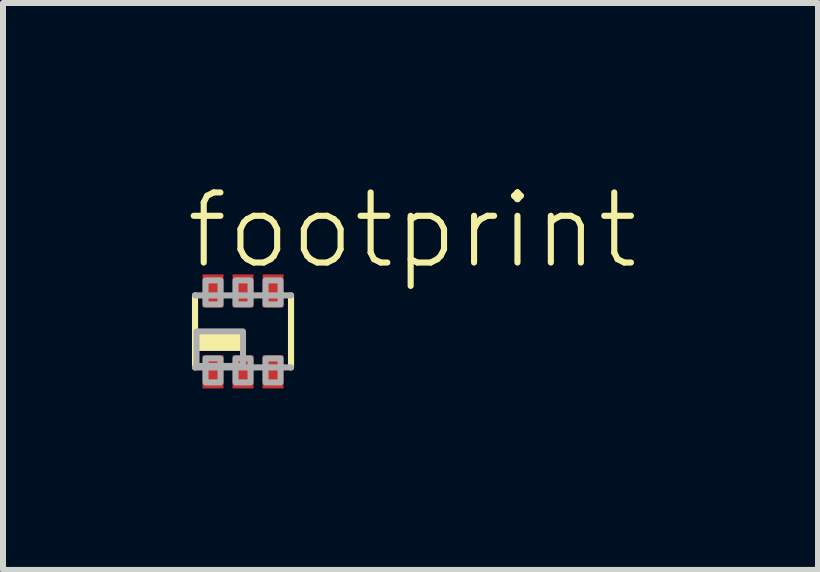
<source format=kicad_pcb>
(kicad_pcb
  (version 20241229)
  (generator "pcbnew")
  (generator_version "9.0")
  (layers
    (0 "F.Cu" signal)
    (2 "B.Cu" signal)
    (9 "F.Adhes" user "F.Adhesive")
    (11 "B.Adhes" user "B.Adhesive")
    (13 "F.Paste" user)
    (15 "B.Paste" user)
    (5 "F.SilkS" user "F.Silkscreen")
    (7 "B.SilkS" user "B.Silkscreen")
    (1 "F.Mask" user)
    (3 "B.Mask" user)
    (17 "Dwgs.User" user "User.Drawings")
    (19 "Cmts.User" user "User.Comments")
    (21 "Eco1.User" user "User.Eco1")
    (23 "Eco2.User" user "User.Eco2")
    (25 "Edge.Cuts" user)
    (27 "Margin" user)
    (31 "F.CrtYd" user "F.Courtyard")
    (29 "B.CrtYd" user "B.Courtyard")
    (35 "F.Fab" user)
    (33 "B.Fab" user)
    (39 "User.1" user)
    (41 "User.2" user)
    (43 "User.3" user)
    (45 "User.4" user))
  (footprint "footprint"
    (layer "F.Cu")
    (at 1 2.473)
    (property "Reference" "footprint" (at -1 -1 0) (layer "F.SilkS") (effects (font (size 1.168 1.168) (thickness 0.102)) (justify left bottom)))
    (fp_poly (pts (xy -0.7 0.975) (xy -0.3 0.975) (xy -0.3 0.375) (xy -0.7 0.375)) (stroke (width 0) (type solid)) (fill yes) (layer "F.Mask"))
    (fp_poly (pts (xy -0.3 -0.975) (xy -0.7 -0.975) (xy -0.7 -0.375) (xy -0.3 -0.375)) (stroke (width 0) (type solid)) (fill yes) (layer "F.Mask"))
    (fp_poly (pts (xy -0.2 0.975) (xy 0.2 0.975) (xy 0.2 0.375) (xy -0.2 0.375)) (stroke (width 0) (type solid)) (fill yes) (layer "F.Mask"))
    (fp_poly (pts (xy 0.2 -0.975) (xy -0.2 -0.975) (xy -0.2 -0.375) (xy 0.2 -0.375)) (stroke (width 0) (type solid)) (fill yes) (layer "F.Mask"))
    (fp_poly (pts (xy 0.3 0.975) (xy 0.7 0.975) (xy 0.7 0.375) (xy 0.3 0.375)) (stroke (width 0) (type solid)) (fill yes) (layer "F.Mask"))
    (fp_poly (pts (xy 0.7 -0.975) (xy 0.3 -0.975) (xy 0.3 -0.375) (xy 0.7 -0.375)) (stroke (width 0) (type solid)) (fill yes) (layer "F.Mask"))
    (fp_line (start -0.8 0.6) (end -0.8 -0.6) (stroke (width 0.102) (type solid)) (layer "F.SilkS"))
    (fp_line (start 0.8 -0.6) (end 0.8 0.6) (stroke (width 0.102) (type solid)) (layer "F.SilkS"))
    (fp_poly (pts (xy -0.75 0.325) (xy 0 0.325) (xy 0 0) (xy -0.75 0)) (stroke (width 0) (type solid)) (fill yes) (layer "F.SilkS"))
    (fp_line (start -0.8 -0.6) (end 0.8 -0.6) (stroke (width 0.102) (type solid)) (layer "F.Fab"))
    (fp_line (start 0.8 0.6) (end -0.8 0.6) (stroke (width 0.102) (type solid)) (layer "F.Fab"))
    (fp_poly (pts (xy -0.775 0.575) (xy 0 0.575) (xy 0 0) (xy -0.775 0)) (stroke (width 0.1) (type solid)) (fill no) (layer "F.Fab"))
    (fp_poly (pts (xy -0.625 0.85) (xy -0.375 0.85) (xy -0.375 0.45) (xy -0.625 0.45)) (stroke (width 0.1) (type solid)) (fill no) (layer "F.Fab"))
    (fp_poly (pts (xy -0.375 -0.85) (xy -0.625 -0.85) (xy -0.625 -0.45) (xy -0.375 -0.45)) (stroke (width 0.1) (type solid)) (fill no) (layer "F.Fab"))
    (fp_poly (pts (xy -0.125 0.85) (xy 0.125 0.85) (xy 0.125 0.45) (xy -0.125 0.45)) (stroke (width 0.1) (type solid)) (fill no) (layer "F.Fab"))
    (fp_poly (pts (xy 0.125 -0.85) (xy -0.125 -0.85) (xy -0.125 -0.45) (xy 0.125 -0.45)) (stroke (width 0.1) (type solid)) (fill no) (layer "F.Fab"))
    (fp_poly (pts (xy 0.375 0.85) (xy 0.625 0.85) (xy 0.625 0.45) (xy 0.375 0.45)) (stroke (width 0.1) (type solid)) (fill no) (layer "F.Fab"))
    (fp_poly (pts (xy 0.625 -0.85) (xy 0.375 -0.85) (xy 0.375 -0.45) (xy 0.625 -0.45)) (stroke (width 0.1) (type solid)) (fill no) (layer "F.Fab"))
    (pad "1" smd rect (at -0.5 0.675) (size 0.35 0.55) (layers "F.Cu" "F.Paste"))
    (pad "2" smd rect (at 0 0.675) (size 0.35 0.55) (layers "F.Cu" "F.Paste"))
    (pad "3" smd rect (at 0.5 0.675) (size 0.35 0.55) (layers "F.Cu" "F.Paste"))
    (pad "4" smd rect (at 0.5 -0.675 180) (size 0.35 0.55) (layers "F.Cu" "F.Paste"))
    (pad "5" smd rect (at 0 -0.675 180) (size 0.35 0.55) (layers "F.Cu" "F.Paste"))
    (pad "6" smd rect (at -0.5 -0.675 180) (size 0.35 0.55) (layers "F.Cu" "F.Paste")))
  (gr_rect
    (start -3 -3)
    (end 10.582 6.448)
    (stroke (width 0.1) (type default))
    (fill no)
    (layer "Edge.Cuts")))
</source>
